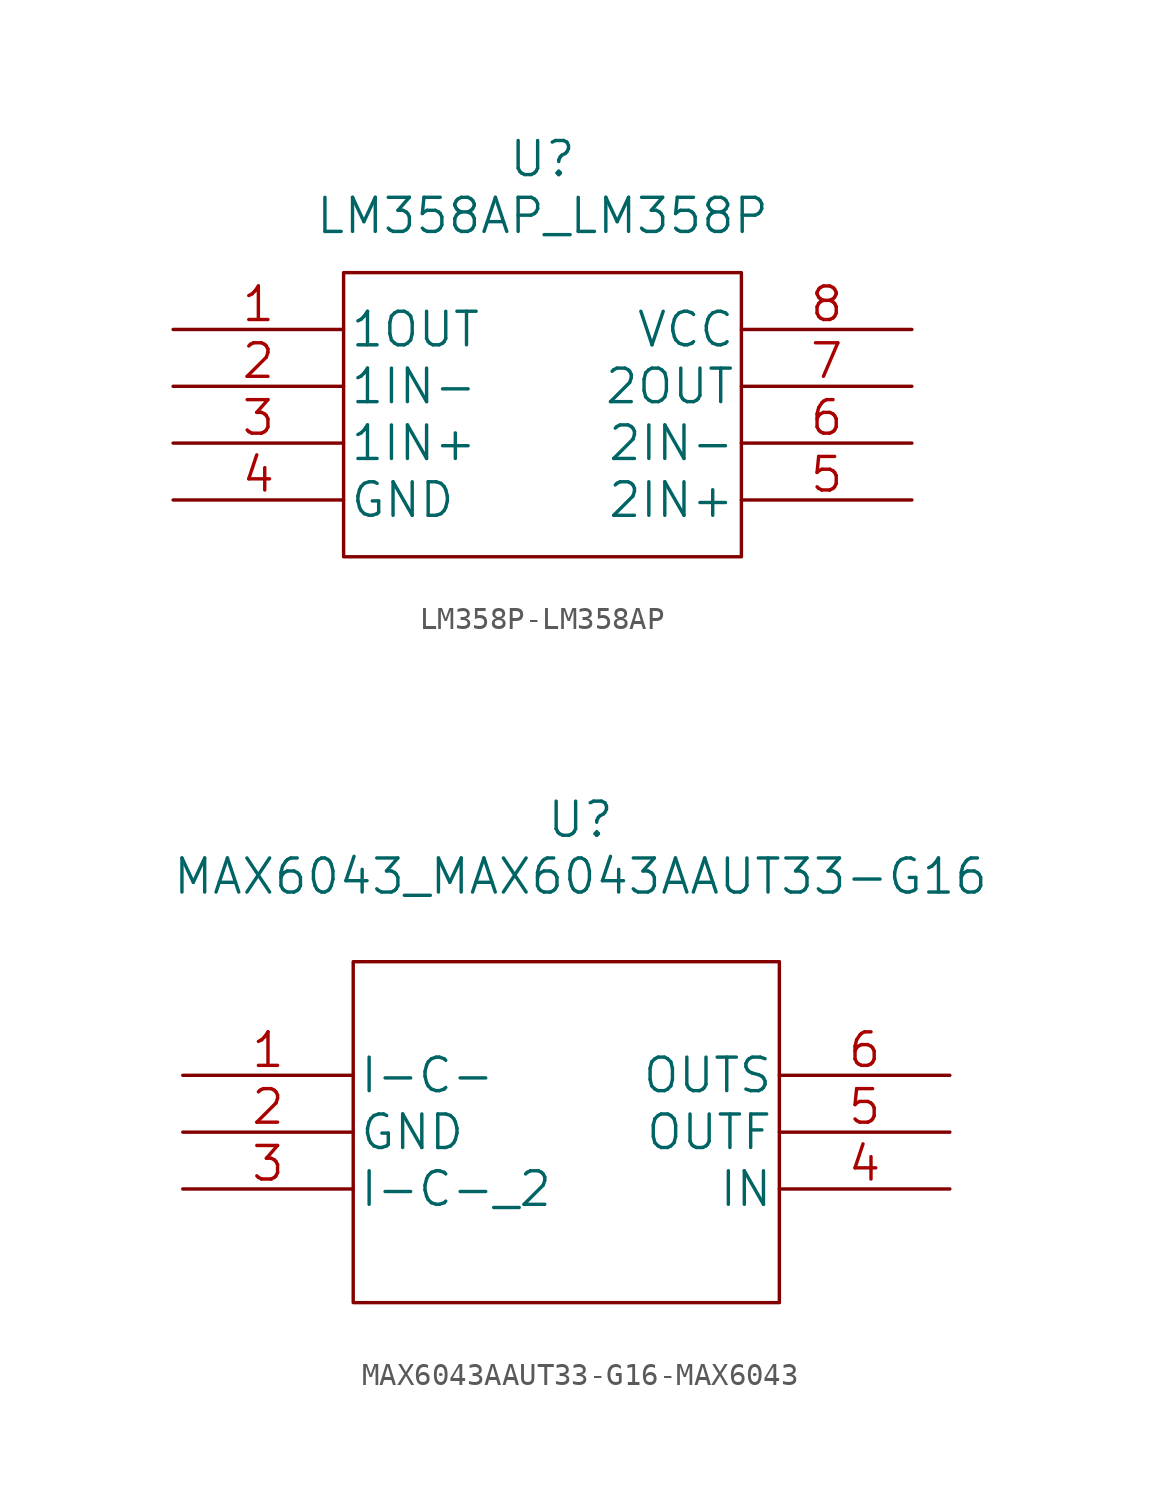
<source format=kicad_sym>
(kicad_symbol_lib
  (version 20220914)
  (generator kicad_symbol_editor)
  (symbol "LM358P-LM358AP"
    (pin_names
      (offset 0.254))
    (property "Reference" "U"
      (at 0 11.43 0)
      (effects (font (size 1.524 1.524))))
    (property "Value" "LM358AP_LM358P"
      (at 0 8.89 0)
      (effects (font (size 1.524 1.524))))
    (property "Datasheet" ""
      (at -16.51 3.81 0)
      (effects (font (size 1.524 1.524))))
    (property "ki_locked" ""
      (at 0 0 0)
      (effects (font (size 1.27 1.27))))
    (symbol "LM358P-LM358AP_1_1"
      (rectangle (start -8.89 6.35) (end 8.89 -6.35) (stroke (width 0) (type solid)) (fill (type none)))
      (pin output line (at -16.51 3.81 0) (length 7.62) (name "1OUT" (effects (font (size 1.499 1.499)))) (number "1" (effects (font (size 1.499 1.499)))))
      (pin input line (at -16.51 1.27 0) (length 7.62) (name "1IN-" (effects (font (size 1.499 1.499)))) (number "2" (effects (font (size 1.499 1.499)))))
      (pin input line (at -16.51 -1.27 0) (length 7.62) (name "1IN+" (effects (font (size 1.499 1.499)))) (number "3" (effects (font (size 1.499 1.499)))))
      (pin power_in line (at -16.51 -3.81 0) (length 7.62) (name "GND" (effects (font (size 1.499 1.499)))) (number "4" (effects (font (size 1.499 1.499)))))
      (pin input line (at 16.51 -3.81 180) (length 7.62) (name "2IN+" (effects (font (size 1.499 1.499)))) (number "5" (effects (font (size 1.499 1.499)))))
      (pin input line (at 16.51 -1.27 180) (length 7.62) (name "2IN-" (effects (font (size 1.499 1.499)))) (number "6" (effects (font (size 1.499 1.499)))))
      (pin output line (at 16.51 1.27 180) (length 7.62) (name "2OUT" (effects (font (size 1.499 1.499)))) (number "7" (effects (font (size 1.499 1.499)))))
      (pin power_in line (at 16.51 3.81 180) (length 7.62) (name "VCC" (effects (font (size 1.499 1.499)))) (number "8" (effects (font (size 1.499 1.499)))))))
  (symbol "MAX6043AAUT33-G16-MAX6043"
    (pin_names
      (offset 0.254))
    (property "Reference" "U"
      (at 0 13.97 0)
      (effects (font (size 1.524 1.524))))
    (property "Value" "MAX6043_MAX6043AAUT33-G16"
      (at 0 11.43 0)
      (effects (font (size 1.524 1.524))))
    (property "Datasheet" ""
      (at -17.78 2.54 0)
      (effects (font (size 1.524 1.524))))
    (property "ki_locked" ""
      (at 0 0 0)
      (effects (font (size 1.27 1.27))))
    (symbol "MAX6043AAUT33-G16-MAX6043_1_1"
      (polyline (pts (xy 8.89 -7.62) (xy 8.89 7.62)) (stroke (width 0.127) (type solid)) (fill (type none)))
      (rectangle (start 8.89 7.62) (end -10.16 -7.62) (stroke (width 0) (type solid)) (fill (type none)))
      (pin unspecified line (at -17.78 2.54 0) (length 7.62) (name "I-C-" (effects (font (size 1.499 1.499)))) (number "1" (effects (font (size 1.499 1.499)))))
      (pin power_in line (at -17.78 0 0) (length 7.62) (name "GND" (effects (font (size 1.499 1.499)))) (number "2" (effects (font (size 1.499 1.499)))))
      (pin unspecified line (at -17.78 -2.54 0) (length 7.62) (name "I-C-_2" (effects (font (size 1.499 1.499)))) (number "3" (effects (font (size 1.499 1.499)))))
      (pin input line (at 16.51 -2.54 180) (length 7.62) (name "IN" (effects (font (size 1.499 1.499)))) (number "4" (effects (font (size 1.499 1.499)))))
      (pin output line (at 16.51 0 180) (length 7.62) (name "OUTF" (effects (font (size 1.499 1.499)))) (number "5" (effects (font (size 1.499 1.499)))))
      (pin output line (at 16.51 2.54 180) (length 7.62) (name "OUTS" (effects (font (size 1.499 1.499)))) (number "6" (effects (font (size 1.499 1.499))))))))
</source>
